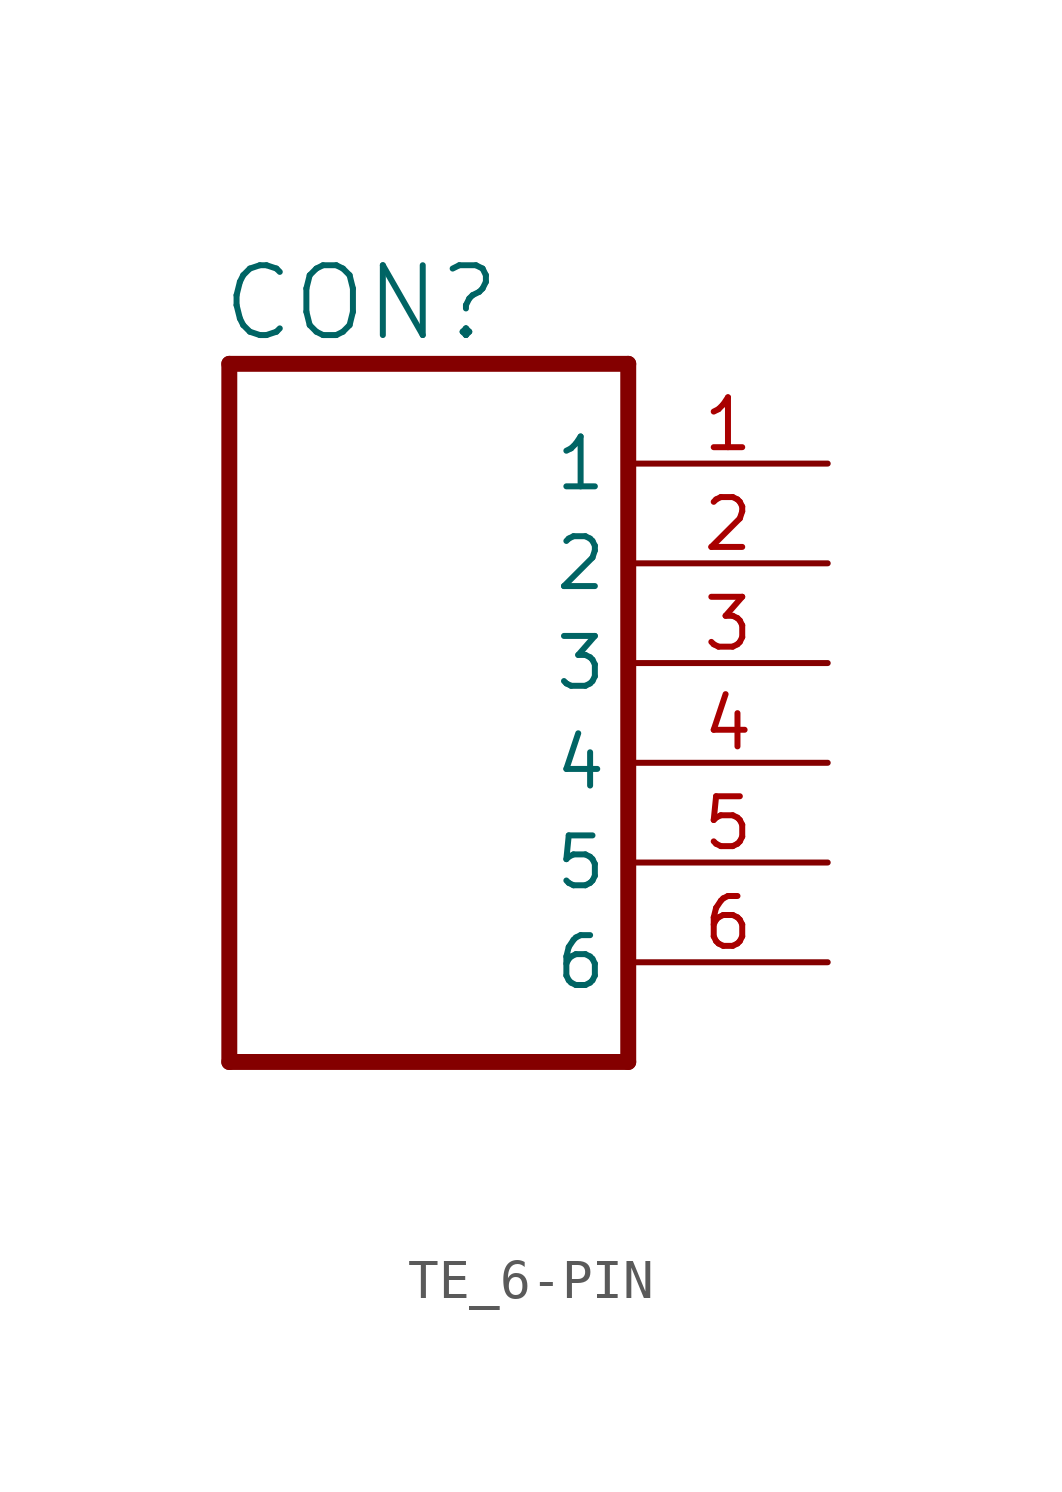
<source format=kicad_sym>
(kicad_symbol_lib
  (version 20220914)
  (generator kicad_symbol_editor)
  (symbol "TE_6-PIN"
    (property "Reference" "CON"
      (at -0.254 18.288 0)
      (effects (font (size 1.778 1.778)) (justify left bottom)))
    (property "Value" ""
      (at -0.254 -2.286 0)
      (effects (font (size 1.778 1.778)) (justify left bottom)))
    (property "ki_locked" ""
      (at 0 0 0)
      (effects (font (size 1.27 1.27))))
    (symbol "TE_6-PIN_1_0"
      (polyline (pts (xy 0 17.78) (xy 0 0)) (stroke (width 0.406) (type solid)) (fill (type none)))
      (polyline (pts (xy 0 17.78) (xy 10.16 17.78)) (stroke (width 0.406) (type solid)) (fill (type none)))
      (polyline (pts (xy 10.16 0) (xy 0 0)) (stroke (width 0.406) (type solid)) (fill (type none)))
      (polyline (pts (xy 10.16 0) (xy 10.16 17.78)) (stroke (width 0.406) (type solid)) (fill (type none)))
      (pin passive line (at 15.24 15.24 180) (length 5.08) (name "1" (effects (font (size 1.27 1.27)))) (number "1" (effects (font (size 1.27 1.27)))))
      (pin passive line (at 15.24 12.7 180) (length 5.08) (name "2" (effects (font (size 1.27 1.27)))) (number "2" (effects (font (size 1.27 1.27)))))
      (pin passive line (at 15.24 10.16 180) (length 5.08) (name "3" (effects (font (size 1.27 1.27)))) (number "3" (effects (font (size 1.27 1.27)))))
      (pin passive line (at 15.24 7.62 180) (length 5.08) (name "4" (effects (font (size 1.27 1.27)))) (number "4" (effects (font (size 1.27 1.27)))))
      (pin passive line (at 15.24 5.08 180) (length 5.08) (name "5" (effects (font (size 1.27 1.27)))) (number "5" (effects (font (size 1.27 1.27)))))
      (pin passive line (at 15.24 2.54 180) (length 5.08) (name "6" (effects (font (size 1.27 1.27)))) (number "6" (effects (font (size 1.27 1.27))))))))
</source>
